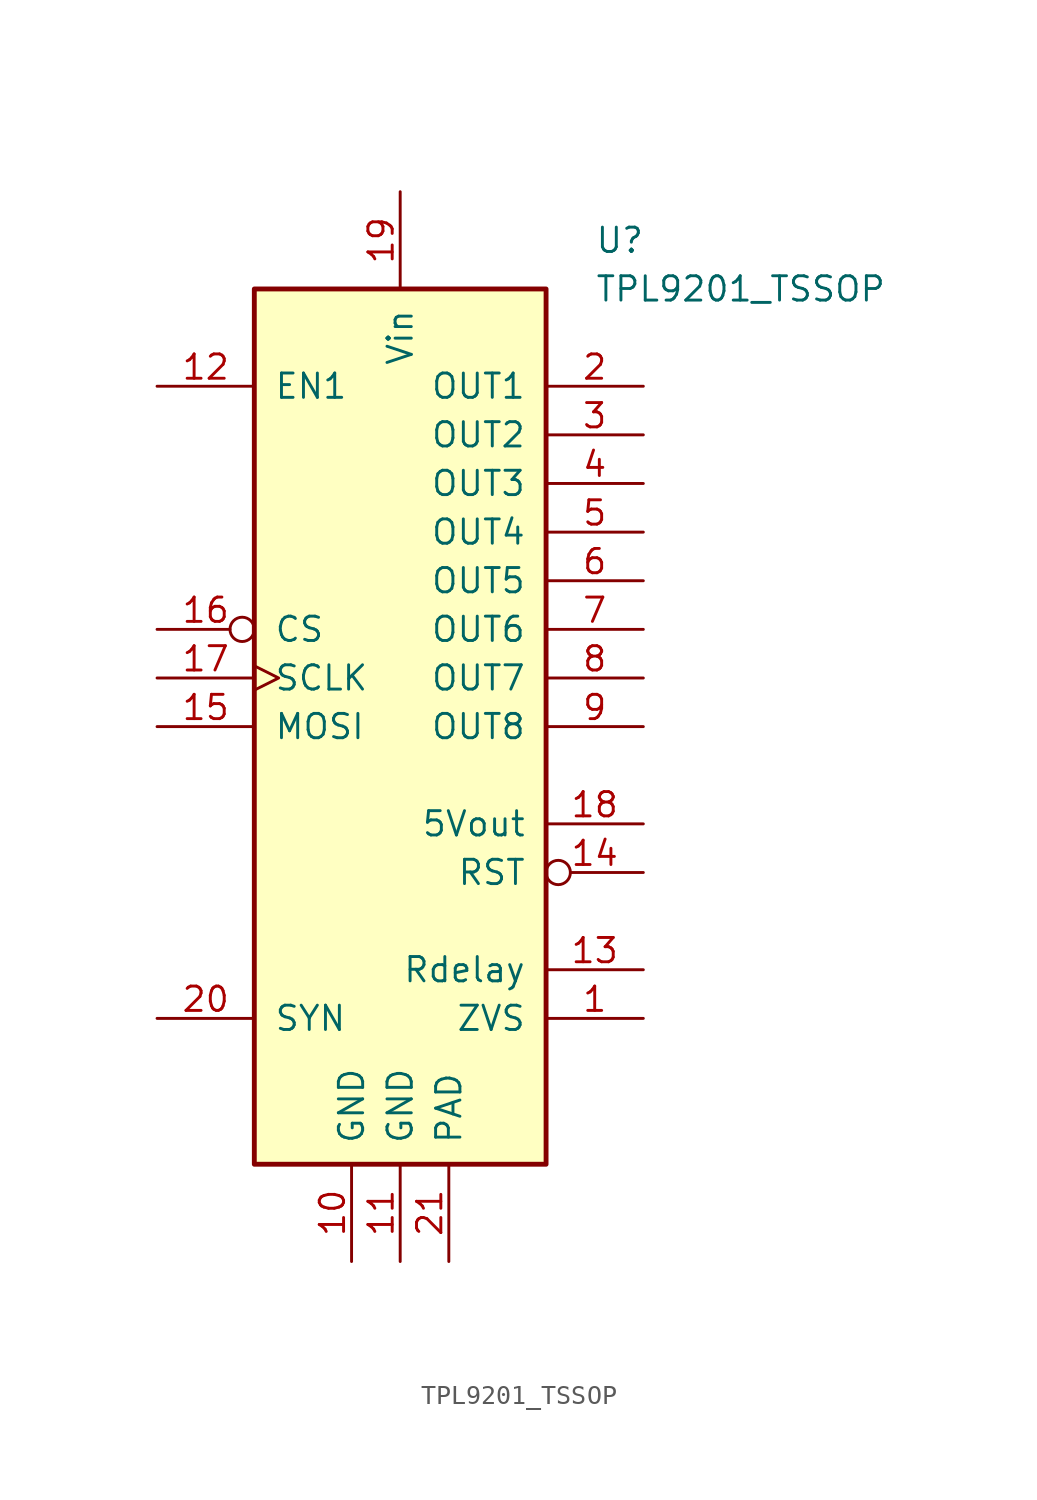
<source format=kicad_sym>
(kicad_symbol_lib
  (version 20231120)
  (generator "kicad_symbol_editor")
  (generator_version "8.0")
  (symbol "TPL9201_TSSOP"
    (pin_names
      (offset 1.016))
    (property "Reference" "U"
      (at 10.16 17.78 0)
      (effects (font (size 1.27 1.27)) (justify left)))
    (property "Value" "TPL9201_TSSOP"
      (at 10.16 15.24 0)
      (effects (font (size 1.27 1.27)) (justify left)))
    (symbol "TPL9201_TSSOP_0_1"
      (rectangle (start -7.62 15.24) (end 7.62 -30.48) (stroke (width 0.254) (type default)) (fill (type background))))
    (symbol "TPL9201_TSSOP_1_1"
      (pin output line (at 12.7 -22.86 180) (length 5.08) (name "ZVS" (effects (font (size 1.27 1.27)))) (number "1" (effects (font (size 1.27 1.27)))))
      (pin power_in line (at -2.54 -35.56 90) (length 5.08) (name "GND" (effects (font (size 1.27 1.27)))) (number "10" (effects (font (size 1.27 1.27)))))
      (pin power_in line (at 0 -35.56 90) (length 5.08) (name "GND" (effects (font (size 1.27 1.27)))) (number "11" (effects (font (size 1.27 1.27)))))
      (pin input line (at -12.7 10.16 0) (length 5.08) (name "EN1" (effects (font (size 1.27 1.27)))) (number "12" (effects (font (size 1.27 1.27)))))
      (pin output line (at 12.7 -20.32 180) (length 5.08) (name "Rdelay" (effects (font (size 1.27 1.27)))) (number "13" (effects (font (size 1.27 1.27)))))
      (pin bidirectional inverted (at 12.7 -15.24 180) (length 5.08) (name "RST" (effects (font (size 1.27 1.27)))) (number "14" (effects (font (size 1.27 1.27)))))
      (pin input line (at -12.7 -7.62 0) (length 5.08) (name "MOSI" (effects (font (size 1.27 1.27)))) (number "15" (effects (font (size 1.27 1.27)))))
      (pin input inverted (at -12.7 -2.54 0) (length 5.08) (name "CS" (effects (font (size 1.27 1.27)))) (number "16" (effects (font (size 1.27 1.27)))))
      (pin input clock (at -12.7 -5.08 0) (length 5.08) (name "SCLK" (effects (font (size 1.27 1.27)))) (number "17" (effects (font (size 1.27 1.27)))))
      (pin power_out line (at 12.7 -12.7 180) (length 5.08) (name "5Vout" (effects (font (size 1.27 1.27)))) (number "18" (effects (font (size 1.27 1.27)))))
      (pin power_in line (at 0 20.32 270) (length 5.08) (name "Vin" (effects (font (size 1.27 1.27)))) (number "19" (effects (font (size 1.27 1.27)))))
      (pin output line (at 12.7 10.16 180) (length 5.08) (name "OUT1" (effects (font (size 1.27 1.27)))) (number "2" (effects (font (size 1.27 1.27)))))
      (pin input line (at -12.7 -22.86 0) (length 5.08) (name "SYN" (effects (font (size 1.27 1.27)))) (number "20" (effects (font (size 1.27 1.27)))))
      (pin power_in line (at 2.54 -35.56 90) (length 5.08) (name "PAD" (effects (font (size 1.27 1.27)))) (number "21" (effects (font (size 1.27 1.27)))))
      (pin output line (at 12.7 7.62 180) (length 5.08) (name "OUT2" (effects (font (size 1.27 1.27)))) (number "3" (effects (font (size 1.27 1.27)))))
      (pin output line (at 12.7 5.08 180) (length 5.08) (name "OUT3" (effects (font (size 1.27 1.27)))) (number "4" (effects (font (size 1.27 1.27)))))
      (pin output line (at 12.7 2.54 180) (length 5.08) (name "OUT4" (effects (font (size 1.27 1.27)))) (number "5" (effects (font (size 1.27 1.27)))))
      (pin output line (at 12.7 0 180) (length 5.08) (name "OUT5" (effects (font (size 1.27 1.27)))) (number "6" (effects (font (size 1.27 1.27)))))
      (pin output line (at 12.7 -2.54 180) (length 5.08) (name "OUT6" (effects (font (size 1.27 1.27)))) (number "7" (effects (font (size 1.27 1.27)))))
      (pin output line (at 12.7 -5.08 180) (length 5.08) (name "OUT7" (effects (font (size 1.27 1.27)))) (number "8" (effects (font (size 1.27 1.27)))))
      (pin output line (at 12.7 -7.62 180) (length 5.08) (name "OUT8" (effects (font (size 1.27 1.27)))) (number "9" (effects (font (size 1.27 1.27))))))))
</source>
